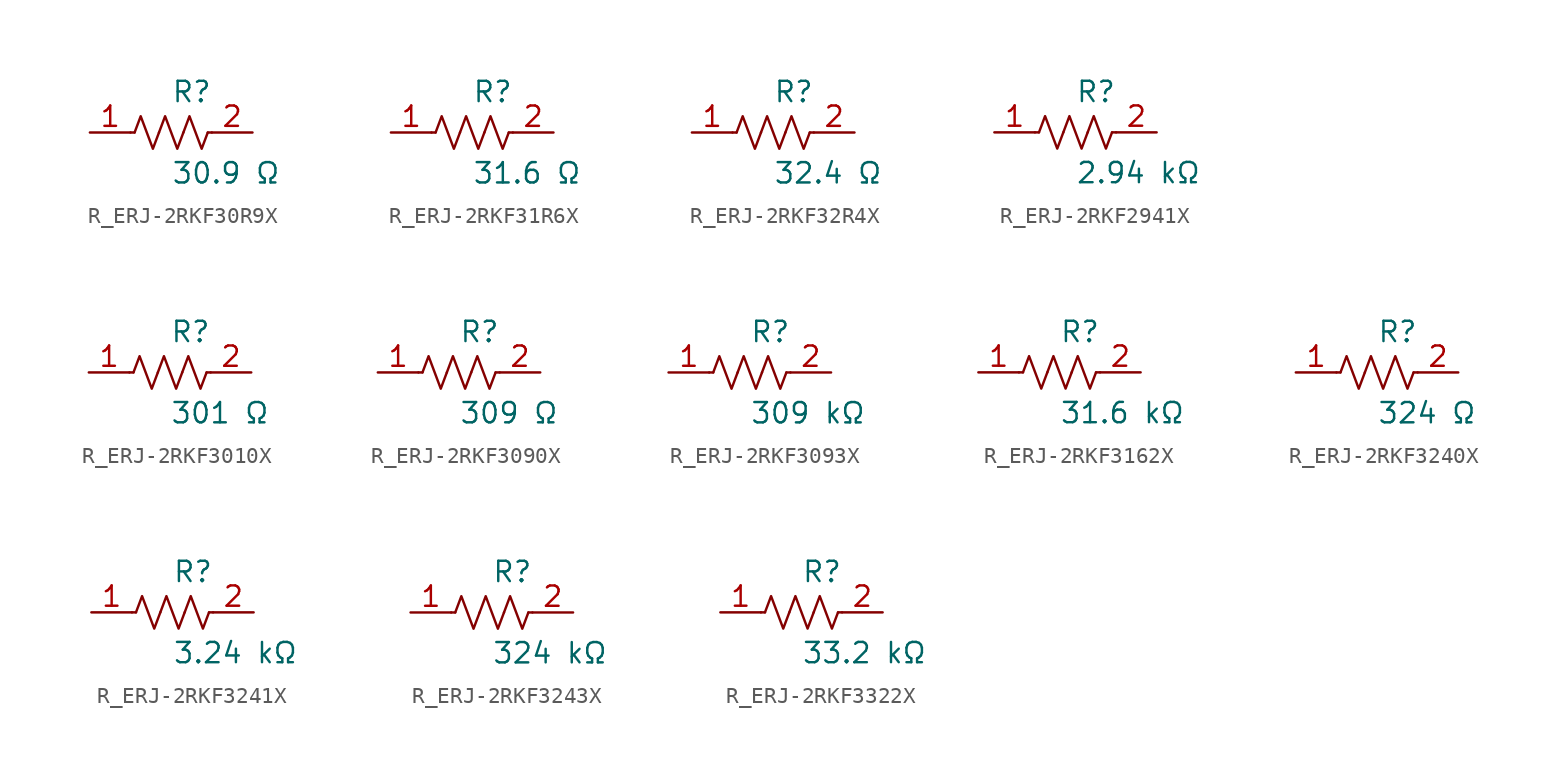
<source format=kicad_sym>
(kicad_symbol_lib
  (version 20231120)
  (generator kicad_symbol_editor)
  (generator_version 8.0)
  (symbol "R_ERJ-2RKF30R9X"
    (pin_names
      (offset 0.254))
    (property "Reference" "R"
      (at 0.0 2.54 0)
      (effects (font (size 1.27 1.27)) (justify left)))
    (property "Value" "30.9 Ω"
      (at 0.0 -2.54 0)
      (effects (font (size 1.27 1.27)) (justify left)))
    (symbol "R_ERJ-2RKF30R9X_0_1"
      (polyline (pts (xy 2.286 0) (xy 2.54 0)) (stroke (width 0) (type default)) (fill (type none)))
      (polyline (pts (xy -2.286 0) (xy -2.54 0)) (stroke (width 0) (type default)) (fill (type none)))
      (polyline (pts (xy 0.762 0) (xy 1.143 1.016) (xy 1.524 0) (xy 1.905 -1.016) (xy 2.286 0)) (stroke (width 0) (type default)) (fill (type none)))
      (polyline (pts (xy -0.762 0) (xy -0.381 1.016) (xy 0 0) (xy 0.381 -1.016) (xy 0.762 0)) (stroke (width 0) (type default)) (fill (type none)))
      (polyline (pts (xy -2.286 0) (xy -1.905 1.016) (xy -1.524 0) (xy -1.143 -1.016) (xy -0.762 0)) (stroke (width 0) (type default)) (fill (type none))))
    (pin unspecified line
      (at -5.08 0 0)
      (length 2.54)
      (name "" (effects (font (size 1.27 1.27))))
      (number "1" (effects (font (size 1.27 1.27)))))
    (pin unspecified line
      (at 5.08 0 180)
      (length 2.54)
      (name "" (effects (font (size 1.27 1.27))))
      (number "2" (effects (font (size 1.27 1.27))))))
  (symbol "R_ERJ-2RKF31R6X"
    (pin_names
      (offset 0.254))
    (property "Reference" "R"
      (at 0.0 2.54 0)
      (effects (font (size 1.27 1.27)) (justify left)))
    (property "Value" "31.6 Ω"
      (at 0.0 -2.54 0)
      (effects (font (size 1.27 1.27)) (justify left)))
    (symbol "R_ERJ-2RKF31R6X_0_1"
      (polyline (pts (xy 2.286 0) (xy 2.54 0)) (stroke (width 0) (type default)) (fill (type none)))
      (polyline (pts (xy -2.286 0) (xy -2.54 0)) (stroke (width 0) (type default)) (fill (type none)))
      (polyline (pts (xy 0.762 0) (xy 1.143 1.016) (xy 1.524 0) (xy 1.905 -1.016) (xy 2.286 0)) (stroke (width 0) (type default)) (fill (type none)))
      (polyline (pts (xy -0.762 0) (xy -0.381 1.016) (xy 0 0) (xy 0.381 -1.016) (xy 0.762 0)) (stroke (width 0) (type default)) (fill (type none)))
      (polyline (pts (xy -2.286 0) (xy -1.905 1.016) (xy -1.524 0) (xy -1.143 -1.016) (xy -0.762 0)) (stroke (width 0) (type default)) (fill (type none))))
    (pin unspecified line
      (at -5.08 0 0)
      (length 2.54)
      (name "" (effects (font (size 1.27 1.27))))
      (number "1" (effects (font (size 1.27 1.27)))))
    (pin unspecified line
      (at 5.08 0 180)
      (length 2.54)
      (name "" (effects (font (size 1.27 1.27))))
      (number "2" (effects (font (size 1.27 1.27))))))
  (symbol "R_ERJ-2RKF32R4X"
    (pin_names
      (offset 0.254))
    (property "Reference" "R"
      (at 0.0 2.54 0)
      (effects (font (size 1.27 1.27)) (justify left)))
    (property "Value" "32.4 Ω"
      (at 0.0 -2.54 0)
      (effects (font (size 1.27 1.27)) (justify left)))
    (symbol "R_ERJ-2RKF32R4X_0_1"
      (polyline (pts (xy 2.286 0) (xy 2.54 0)) (stroke (width 0) (type default)) (fill (type none)))
      (polyline (pts (xy -2.286 0) (xy -2.54 0)) (stroke (width 0) (type default)) (fill (type none)))
      (polyline (pts (xy 0.762 0) (xy 1.143 1.016) (xy 1.524 0) (xy 1.905 -1.016) (xy 2.286 0)) (stroke (width 0) (type default)) (fill (type none)))
      (polyline (pts (xy -0.762 0) (xy -0.381 1.016) (xy 0 0) (xy 0.381 -1.016) (xy 0.762 0)) (stroke (width 0) (type default)) (fill (type none)))
      (polyline (pts (xy -2.286 0) (xy -1.905 1.016) (xy -1.524 0) (xy -1.143 -1.016) (xy -0.762 0)) (stroke (width 0) (type default)) (fill (type none))))
    (pin unspecified line
      (at -5.08 0 0)
      (length 2.54)
      (name "" (effects (font (size 1.27 1.27))))
      (number "1" (effects (font (size 1.27 1.27)))))
    (pin unspecified line
      (at 5.08 0 180)
      (length 2.54)
      (name "" (effects (font (size 1.27 1.27))))
      (number "2" (effects (font (size 1.27 1.27))))))
  (symbol "R_ERJ-2RKF2941X"
    (pin_names
      (offset 0.254))
    (property "Reference" "R"
      (at 0.0 2.54 0)
      (effects (font (size 1.27 1.27)) (justify left)))
    (property "Value" "2.94 kΩ"
      (at 0.0 -2.54 0)
      (effects (font (size 1.27 1.27)) (justify left)))
    (symbol "R_ERJ-2RKF2941X_0_1"
      (polyline (pts (xy 2.286 0) (xy 2.54 0)) (stroke (width 0) (type default)) (fill (type none)))
      (polyline (pts (xy -2.286 0) (xy -2.54 0)) (stroke (width 0) (type default)) (fill (type none)))
      (polyline (pts (xy 0.762 0) (xy 1.143 1.016) (xy 1.524 0) (xy 1.905 -1.016) (xy 2.286 0)) (stroke (width 0) (type default)) (fill (type none)))
      (polyline (pts (xy -0.762 0) (xy -0.381 1.016) (xy 0 0) (xy 0.381 -1.016) (xy 0.762 0)) (stroke (width 0) (type default)) (fill (type none)))
      (polyline (pts (xy -2.286 0) (xy -1.905 1.016) (xy -1.524 0) (xy -1.143 -1.016) (xy -0.762 0)) (stroke (width 0) (type default)) (fill (type none))))
    (pin unspecified line
      (at -5.08 0 0)
      (length 2.54)
      (name "" (effects (font (size 1.27 1.27))))
      (number "1" (effects (font (size 1.27 1.27)))))
    (pin unspecified line
      (at 5.08 0 180)
      (length 2.54)
      (name "" (effects (font (size 1.27 1.27))))
      (number "2" (effects (font (size 1.27 1.27))))))
  (symbol "R_ERJ-2RKF3010X"
    (pin_names
      (offset 0.254))
    (property "Reference" "R"
      (at 0.0 2.54 0)
      (effects (font (size 1.27 1.27)) (justify left)))
    (property "Value" "301 Ω"
      (at 0.0 -2.54 0)
      (effects (font (size 1.27 1.27)) (justify left)))
    (symbol "R_ERJ-2RKF3010X_0_1"
      (polyline (pts (xy 2.286 0) (xy 2.54 0)) (stroke (width 0) (type default)) (fill (type none)))
      (polyline (pts (xy -2.286 0) (xy -2.54 0)) (stroke (width 0) (type default)) (fill (type none)))
      (polyline (pts (xy 0.762 0) (xy 1.143 1.016) (xy 1.524 0) (xy 1.905 -1.016) (xy 2.286 0)) (stroke (width 0) (type default)) (fill (type none)))
      (polyline (pts (xy -0.762 0) (xy -0.381 1.016) (xy 0 0) (xy 0.381 -1.016) (xy 0.762 0)) (stroke (width 0) (type default)) (fill (type none)))
      (polyline (pts (xy -2.286 0) (xy -1.905 1.016) (xy -1.524 0) (xy -1.143 -1.016) (xy -0.762 0)) (stroke (width 0) (type default)) (fill (type none))))
    (pin unspecified line
      (at -5.08 0 0)
      (length 2.54)
      (name "" (effects (font (size 1.27 1.27))))
      (number "1" (effects (font (size 1.27 1.27)))))
    (pin unspecified line
      (at 5.08 0 180)
      (length 2.54)
      (name "" (effects (font (size 1.27 1.27))))
      (number "2" (effects (font (size 1.27 1.27))))))
  (symbol "R_ERJ-2RKF3090X"
    (pin_names
      (offset 0.254))
    (property "Reference" "R"
      (at 0.0 2.54 0)
      (effects (font (size 1.27 1.27)) (justify left)))
    (property "Value" "309 Ω"
      (at 0.0 -2.54 0)
      (effects (font (size 1.27 1.27)) (justify left)))
    (symbol "R_ERJ-2RKF3090X_0_1"
      (polyline (pts (xy 2.286 0) (xy 2.54 0)) (stroke (width 0) (type default)) (fill (type none)))
      (polyline (pts (xy -2.286 0) (xy -2.54 0)) (stroke (width 0) (type default)) (fill (type none)))
      (polyline (pts (xy 0.762 0) (xy 1.143 1.016) (xy 1.524 0) (xy 1.905 -1.016) (xy 2.286 0)) (stroke (width 0) (type default)) (fill (type none)))
      (polyline (pts (xy -0.762 0) (xy -0.381 1.016) (xy 0 0) (xy 0.381 -1.016) (xy 0.762 0)) (stroke (width 0) (type default)) (fill (type none)))
      (polyline (pts (xy -2.286 0) (xy -1.905 1.016) (xy -1.524 0) (xy -1.143 -1.016) (xy -0.762 0)) (stroke (width 0) (type default)) (fill (type none))))
    (pin unspecified line
      (at -5.08 0 0)
      (length 2.54)
      (name "" (effects (font (size 1.27 1.27))))
      (number "1" (effects (font (size 1.27 1.27)))))
    (pin unspecified line
      (at 5.08 0 180)
      (length 2.54)
      (name "" (effects (font (size 1.27 1.27))))
      (number "2" (effects (font (size 1.27 1.27))))))
  (symbol "R_ERJ-2RKF3093X"
    (pin_names
      (offset 0.254))
    (property "Reference" "R"
      (at 0.0 2.54 0)
      (effects (font (size 1.27 1.27)) (justify left)))
    (property "Value" "309 kΩ"
      (at 0.0 -2.54 0)
      (effects (font (size 1.27 1.27)) (justify left)))
    (symbol "R_ERJ-2RKF3093X_0_1"
      (polyline (pts (xy 2.286 0) (xy 2.54 0)) (stroke (width 0) (type default)) (fill (type none)))
      (polyline (pts (xy -2.286 0) (xy -2.54 0)) (stroke (width 0) (type default)) (fill (type none)))
      (polyline (pts (xy 0.762 0) (xy 1.143 1.016) (xy 1.524 0) (xy 1.905 -1.016) (xy 2.286 0)) (stroke (width 0) (type default)) (fill (type none)))
      (polyline (pts (xy -0.762 0) (xy -0.381 1.016) (xy 0 0) (xy 0.381 -1.016) (xy 0.762 0)) (stroke (width 0) (type default)) (fill (type none)))
      (polyline (pts (xy -2.286 0) (xy -1.905 1.016) (xy -1.524 0) (xy -1.143 -1.016) (xy -0.762 0)) (stroke (width 0) (type default)) (fill (type none))))
    (pin unspecified line
      (at -5.08 0 0)
      (length 2.54)
      (name "" (effects (font (size 1.27 1.27))))
      (number "1" (effects (font (size 1.27 1.27)))))
    (pin unspecified line
      (at 5.08 0 180)
      (length 2.54)
      (name "" (effects (font (size 1.27 1.27))))
      (number "2" (effects (font (size 1.27 1.27))))))
  (symbol "R_ERJ-2RKF3162X"
    (pin_names
      (offset 0.254))
    (property "Reference" "R"
      (at 0.0 2.54 0)
      (effects (font (size 1.27 1.27)) (justify left)))
    (property "Value" "31.6 kΩ"
      (at 0.0 -2.54 0)
      (effects (font (size 1.27 1.27)) (justify left)))
    (symbol "R_ERJ-2RKF3162X_0_1"
      (polyline (pts (xy 2.286 0) (xy 2.54 0)) (stroke (width 0) (type default)) (fill (type none)))
      (polyline (pts (xy -2.286 0) (xy -2.54 0)) (stroke (width 0) (type default)) (fill (type none)))
      (polyline (pts (xy 0.762 0) (xy 1.143 1.016) (xy 1.524 0) (xy 1.905 -1.016) (xy 2.286 0)) (stroke (width 0) (type default)) (fill (type none)))
      (polyline (pts (xy -0.762 0) (xy -0.381 1.016) (xy 0 0) (xy 0.381 -1.016) (xy 0.762 0)) (stroke (width 0) (type default)) (fill (type none)))
      (polyline (pts (xy -2.286 0) (xy -1.905 1.016) (xy -1.524 0) (xy -1.143 -1.016) (xy -0.762 0)) (stroke (width 0) (type default)) (fill (type none))))
    (pin unspecified line
      (at -5.08 0 0)
      (length 2.54)
      (name "" (effects (font (size 1.27 1.27))))
      (number "1" (effects (font (size 1.27 1.27)))))
    (pin unspecified line
      (at 5.08 0 180)
      (length 2.54)
      (name "" (effects (font (size 1.27 1.27))))
      (number "2" (effects (font (size 1.27 1.27))))))
  (symbol "R_ERJ-2RKF3240X"
    (pin_names
      (offset 0.254))
    (property "Reference" "R"
      (at 0.0 2.54 0)
      (effects (font (size 1.27 1.27)) (justify left)))
    (property "Value" "324 Ω"
      (at 0.0 -2.54 0)
      (effects (font (size 1.27 1.27)) (justify left)))
    (symbol "R_ERJ-2RKF3240X_0_1"
      (polyline (pts (xy 2.286 0) (xy 2.54 0)) (stroke (width 0) (type default)) (fill (type none)))
      (polyline (pts (xy -2.286 0) (xy -2.54 0)) (stroke (width 0) (type default)) (fill (type none)))
      (polyline (pts (xy 0.762 0) (xy 1.143 1.016) (xy 1.524 0) (xy 1.905 -1.016) (xy 2.286 0)) (stroke (width 0) (type default)) (fill (type none)))
      (polyline (pts (xy -0.762 0) (xy -0.381 1.016) (xy 0 0) (xy 0.381 -1.016) (xy 0.762 0)) (stroke (width 0) (type default)) (fill (type none)))
      (polyline (pts (xy -2.286 0) (xy -1.905 1.016) (xy -1.524 0) (xy -1.143 -1.016) (xy -0.762 0)) (stroke (width 0) (type default)) (fill (type none))))
    (pin unspecified line
      (at -5.08 0 0)
      (length 2.54)
      (name "" (effects (font (size 1.27 1.27))))
      (number "1" (effects (font (size 1.27 1.27)))))
    (pin unspecified line
      (at 5.08 0 180)
      (length 2.54)
      (name "" (effects (font (size 1.27 1.27))))
      (number "2" (effects (font (size 1.27 1.27))))))
  (symbol "R_ERJ-2RKF3241X"
    (pin_names
      (offset 0.254))
    (property "Reference" "R"
      (at 0.0 2.54 0)
      (effects (font (size 1.27 1.27)) (justify left)))
    (property "Value" "3.24 kΩ"
      (at 0.0 -2.54 0)
      (effects (font (size 1.27 1.27)) (justify left)))
    (symbol "R_ERJ-2RKF3241X_0_1"
      (polyline (pts (xy 2.286 0) (xy 2.54 0)) (stroke (width 0) (type default)) (fill (type none)))
      (polyline (pts (xy -2.286 0) (xy -2.54 0)) (stroke (width 0) (type default)) (fill (type none)))
      (polyline (pts (xy 0.762 0) (xy 1.143 1.016) (xy 1.524 0) (xy 1.905 -1.016) (xy 2.286 0)) (stroke (width 0) (type default)) (fill (type none)))
      (polyline (pts (xy -0.762 0) (xy -0.381 1.016) (xy 0 0) (xy 0.381 -1.016) (xy 0.762 0)) (stroke (width 0) (type default)) (fill (type none)))
      (polyline (pts (xy -2.286 0) (xy -1.905 1.016) (xy -1.524 0) (xy -1.143 -1.016) (xy -0.762 0)) (stroke (width 0) (type default)) (fill (type none))))
    (pin unspecified line
      (at -5.08 0 0)
      (length 2.54)
      (name "" (effects (font (size 1.27 1.27))))
      (number "1" (effects (font (size 1.27 1.27)))))
    (pin unspecified line
      (at 5.08 0 180)
      (length 2.54)
      (name "" (effects (font (size 1.27 1.27))))
      (number "2" (effects (font (size 1.27 1.27))))))
  (symbol "R_ERJ-2RKF3243X"
    (pin_names
      (offset 0.254))
    (property "Reference" "R"
      (at 0.0 2.54 0)
      (effects (font (size 1.27 1.27)) (justify left)))
    (property "Value" "324 kΩ"
      (at 0.0 -2.54 0)
      (effects (font (size 1.27 1.27)) (justify left)))
    (symbol "R_ERJ-2RKF3243X_0_1"
      (polyline (pts (xy 2.286 0) (xy 2.54 0)) (stroke (width 0) (type default)) (fill (type none)))
      (polyline (pts (xy -2.286 0) (xy -2.54 0)) (stroke (width 0) (type default)) (fill (type none)))
      (polyline (pts (xy 0.762 0) (xy 1.143 1.016) (xy 1.524 0) (xy 1.905 -1.016) (xy 2.286 0)) (stroke (width 0) (type default)) (fill (type none)))
      (polyline (pts (xy -0.762 0) (xy -0.381 1.016) (xy 0 0) (xy 0.381 -1.016) (xy 0.762 0)) (stroke (width 0) (type default)) (fill (type none)))
      (polyline (pts (xy -2.286 0) (xy -1.905 1.016) (xy -1.524 0) (xy -1.143 -1.016) (xy -0.762 0)) (stroke (width 0) (type default)) (fill (type none))))
    (pin unspecified line
      (at -5.08 0 0)
      (length 2.54)
      (name "" (effects (font (size 1.27 1.27))))
      (number "1" (effects (font (size 1.27 1.27)))))
    (pin unspecified line
      (at 5.08 0 180)
      (length 2.54)
      (name "" (effects (font (size 1.27 1.27))))
      (number "2" (effects (font (size 1.27 1.27))))))
  (symbol "R_ERJ-2RKF3322X"
    (pin_names
      (offset 0.254))
    (property "Reference" "R"
      (at 0.0 2.54 0)
      (effects (font (size 1.27 1.27)) (justify left)))
    (property "Value" "33.2 kΩ"
      (at 0.0 -2.54 0)
      (effects (font (size 1.27 1.27)) (justify left)))
    (symbol "R_ERJ-2RKF3322X_0_1"
      (polyline (pts (xy 2.286 0) (xy 2.54 0)) (stroke (width 0) (type default)) (fill (type none)))
      (polyline (pts (xy -2.286 0) (xy -2.54 0)) (stroke (width 0) (type default)) (fill (type none)))
      (polyline (pts (xy 0.762 0) (xy 1.143 1.016) (xy 1.524 0) (xy 1.905 -1.016) (xy 2.286 0)) (stroke (width 0) (type default)) (fill (type none)))
      (polyline (pts (xy -0.762 0) (xy -0.381 1.016) (xy 0 0) (xy 0.381 -1.016) (xy 0.762 0)) (stroke (width 0) (type default)) (fill (type none)))
      (polyline (pts (xy -2.286 0) (xy -1.905 1.016) (xy -1.524 0) (xy -1.143 -1.016) (xy -0.762 0)) (stroke (width 0) (type default)) (fill (type none))))
    (pin unspecified line
      (at -5.08 0 0)
      (length 2.54)
      (name "" (effects (font (size 1.27 1.27))))
      (number "1" (effects (font (size 1.27 1.27)))))
    (pin unspecified line
      (at 5.08 0 180)
      (length 2.54)
      (name "" (effects (font (size 1.27 1.27))))
      (number "2" (effects (font (size 1.27 1.27)))))))
</source>
